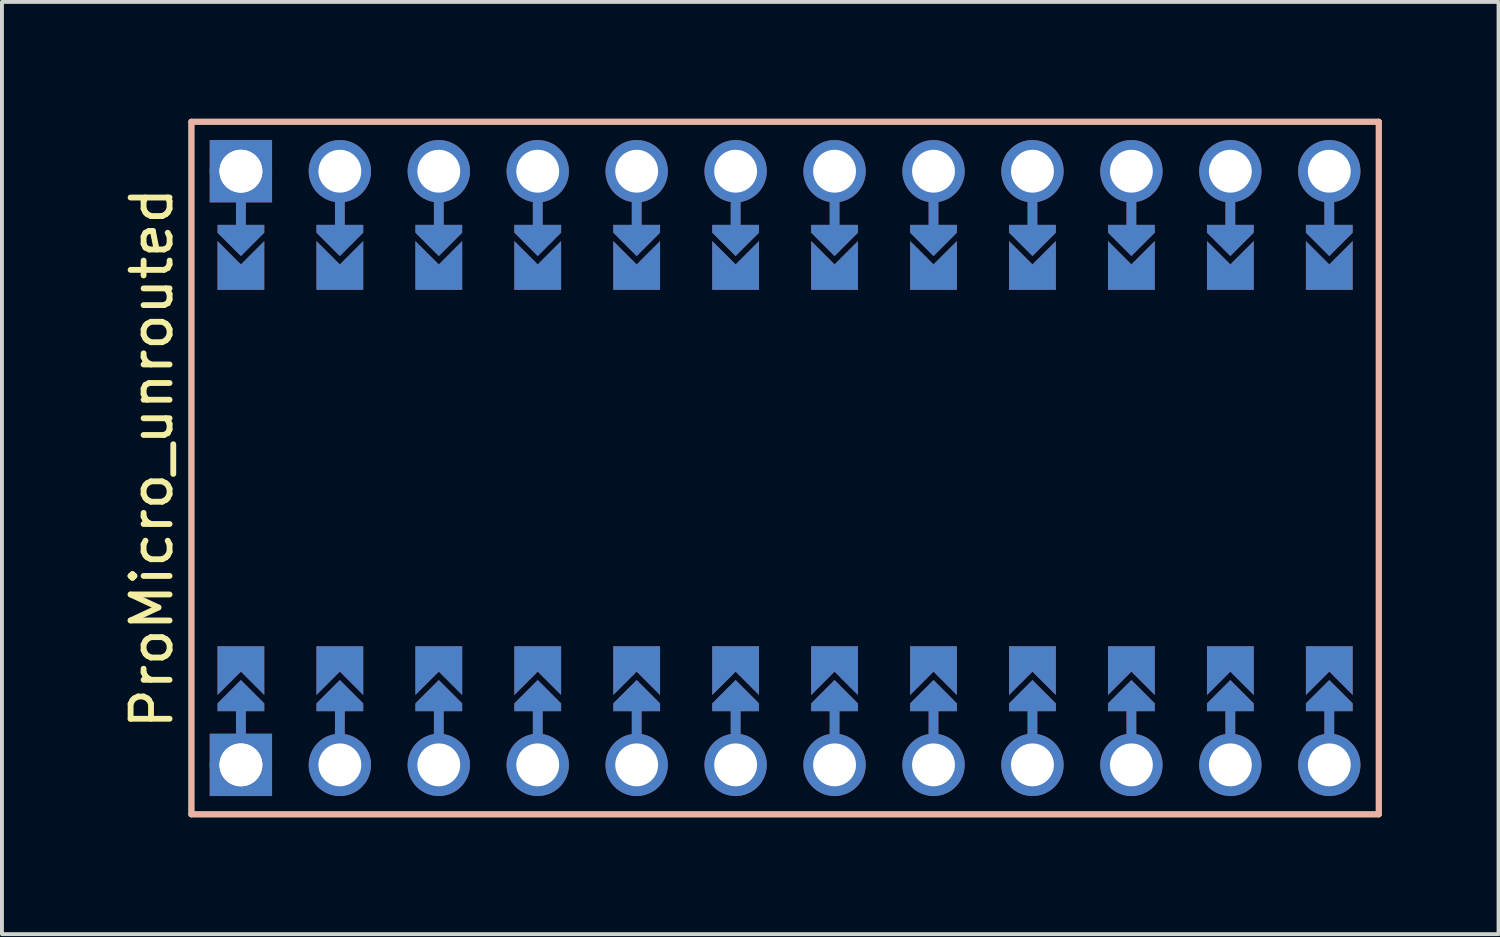
<source format=kicad_pcb>
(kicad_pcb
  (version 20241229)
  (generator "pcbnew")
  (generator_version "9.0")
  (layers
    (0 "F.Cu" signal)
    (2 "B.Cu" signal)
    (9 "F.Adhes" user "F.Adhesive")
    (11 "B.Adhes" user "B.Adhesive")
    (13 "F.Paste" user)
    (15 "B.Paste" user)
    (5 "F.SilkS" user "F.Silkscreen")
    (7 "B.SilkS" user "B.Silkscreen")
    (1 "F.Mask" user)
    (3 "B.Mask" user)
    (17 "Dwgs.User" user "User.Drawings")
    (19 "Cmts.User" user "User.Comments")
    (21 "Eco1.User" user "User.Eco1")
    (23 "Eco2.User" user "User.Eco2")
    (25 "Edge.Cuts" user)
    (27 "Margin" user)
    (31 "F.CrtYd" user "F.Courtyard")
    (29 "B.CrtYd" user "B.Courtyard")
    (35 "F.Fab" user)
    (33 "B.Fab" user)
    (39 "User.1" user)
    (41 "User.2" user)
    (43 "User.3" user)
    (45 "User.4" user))
  (footprint "ProMicro_unrouted"
    (layer "F.Cu")
    (at 17.104 8.965)
    (property "Reference" "ProMicro_unrouted" (at -16.256 -0.254 90) (layer "F.SilkS") (effects (font (size 1 1) (thickness 0.15))))
    (attr through_hole)
    (fp_poly (pts (xy -14.478 5.08) (xy -13.462 5.08) (xy -13.462 6.096) (xy -14.478 6.096)) (stroke (width 0.1) (type solid)) (fill yes) (layer "F.Mask"))
    (fp_poly (pts (xy -13.462 -5.08) (xy -14.478 -5.08) (xy -14.478 -6.096) (xy -13.462 -6.096)) (stroke (width 0.1) (type solid)) (fill yes) (layer "F.Mask"))
    (fp_poly (pts (xy -11.938 5.08) (xy -10.922 5.08) (xy -10.922 6.096) (xy -11.938 6.096)) (stroke (width 0.1) (type solid)) (fill yes) (layer "F.Mask"))
    (fp_poly (pts (xy -10.922 -5.08) (xy -11.938 -5.08) (xy -11.938 -6.096) (xy -10.922 -6.096)) (stroke (width 0.1) (type solid)) (fill yes) (layer "F.Mask"))
    (fp_poly (pts (xy -9.398 5.08) (xy -8.382 5.08) (xy -8.382 6.096) (xy -9.398 6.096)) (stroke (width 0.1) (type solid)) (fill yes) (layer "F.Mask"))
    (fp_poly (pts (xy -8.382 -5.08) (xy -9.398 -5.08) (xy -9.398 -6.096) (xy -8.382 -6.096)) (stroke (width 0.1) (type solid)) (fill yes) (layer "F.Mask"))
    (fp_poly (pts (xy -6.858 5.08) (xy -5.842 5.08) (xy -5.842 6.096) (xy -6.858 6.096)) (stroke (width 0.1) (type solid)) (fill yes) (layer "F.Mask"))
    (fp_poly (pts (xy -5.842 -5.08) (xy -6.858 -5.08) (xy -6.858 -6.096) (xy -5.842 -6.096)) (stroke (width 0.1) (type solid)) (fill yes) (layer "F.Mask"))
    (fp_poly (pts (xy -4.318 5.08) (xy -3.302 5.08) (xy -3.302 6.096) (xy -4.318 6.096)) (stroke (width 0.1) (type solid)) (fill yes) (layer "F.Mask"))
    (fp_poly (pts (xy -3.302 -5.08) (xy -4.318 -5.08) (xy -4.318 -6.096) (xy -3.302 -6.096)) (stroke (width 0.1) (type solid)) (fill yes) (layer "F.Mask"))
    (fp_poly (pts (xy -1.778 5.08) (xy -0.762 5.08) (xy -0.762 6.096) (xy -1.778 6.096)) (stroke (width 0.1) (type solid)) (fill yes) (layer "F.Mask"))
    (fp_poly (pts (xy -0.762 -5.08) (xy -1.778 -5.08) (xy -1.778 -6.096) (xy -0.762 -6.096)) (stroke (width 0.1) (type solid)) (fill yes) (layer "F.Mask"))
    (fp_poly (pts (xy 0.762 5.08) (xy 1.778 5.08) (xy 1.778 6.096) (xy 0.762 6.096)) (stroke (width 0.1) (type solid)) (fill yes) (layer "F.Mask"))
    (fp_poly (pts (xy 1.778 -5.08) (xy 0.762 -5.08) (xy 0.762 -6.096) (xy 1.778 -6.096)) (stroke (width 0.1) (type solid)) (fill yes) (layer "F.Mask"))
    (fp_poly (pts (xy 3.302 5.08) (xy 4.318 5.08) (xy 4.318 6.096) (xy 3.302 6.096)) (stroke (width 0.1) (type solid)) (fill yes) (layer "F.Mask"))
    (fp_poly (pts (xy 4.318 -5.08) (xy 3.302 -5.08) (xy 3.302 -6.096) (xy 4.318 -6.096)) (stroke (width 0.1) (type solid)) (fill yes) (layer "F.Mask"))
    (fp_poly (pts (xy 5.842 5.08) (xy 6.858 5.08) (xy 6.858 6.096) (xy 5.842 6.096)) (stroke (width 0.1) (type solid)) (fill yes) (layer "F.Mask"))
    (fp_poly (pts (xy 6.858 -5.08) (xy 5.842 -5.08) (xy 5.842 -6.096) (xy 6.858 -6.096)) (stroke (width 0.1) (type solid)) (fill yes) (layer "F.Mask"))
    (fp_poly (pts (xy 8.382 5.08) (xy 9.398 5.08) (xy 9.398 6.096) (xy 8.382 6.096)) (stroke (width 0.1) (type solid)) (fill yes) (layer "F.Mask"))
    (fp_poly (pts (xy 9.398 -5.08) (xy 8.382 -5.08) (xy 8.382 -6.096) (xy 9.398 -6.096)) (stroke (width 0.1) (type solid)) (fill yes) (layer "F.Mask"))
    (fp_poly (pts (xy 10.922 5.08) (xy 11.938 5.08) (xy 11.938 6.096) (xy 10.922 6.096)) (stroke (width 0.1) (type solid)) (fill yes) (layer "F.Mask"))
    (fp_poly (pts (xy 11.938 -5.08) (xy 10.922 -5.08) (xy 10.922 -6.096) (xy 11.938 -6.096)) (stroke (width 0.1) (type solid)) (fill yes) (layer "F.Mask"))
    (fp_poly (pts (xy 13.462 5.08) (xy 14.478 5.08) (xy 14.478 6.096) (xy 13.462 6.096)) (stroke (width 0.1) (type solid)) (fill yes) (layer "F.Mask"))
    (fp_poly (pts (xy 14.478 -5.08) (xy 13.462 -5.08) (xy 13.462 -6.096) (xy 14.478 -6.096)) (stroke (width 0.1) (type solid)) (fill yes) (layer "F.Mask"))
    (fp_poly (pts (xy -14.478 5.08) (xy -13.462 5.08) (xy -13.462 6.096) (xy -14.478 6.096)) (stroke (width 0.1) (type solid)) (fill yes) (layer "B.Mask"))
    (fp_poly (pts (xy -13.462 -5.08) (xy -14.478 -5.08) (xy -14.478 -6.096) (xy -13.462 -6.096)) (stroke (width 0.1) (type solid)) (fill yes) (layer "B.Mask"))
    (fp_poly (pts (xy -11.938 5.08) (xy -10.922 5.08) (xy -10.922 6.096) (xy -11.938 6.096)) (stroke (width 0.1) (type solid)) (fill yes) (layer "B.Mask"))
    (fp_poly (pts (xy -10.922 -5.08) (xy -11.938 -5.08) (xy -11.938 -6.096) (xy -10.922 -6.096)) (stroke (width 0.1) (type solid)) (fill yes) (layer "B.Mask"))
    (fp_poly (pts (xy -9.398 5.08) (xy -8.382 5.08) (xy -8.382 6.096) (xy -9.398 6.096)) (stroke (width 0.1) (type solid)) (fill yes) (layer "B.Mask"))
    (fp_poly (pts (xy -8.382 -5.08) (xy -9.398 -5.08) (xy -9.398 -6.096) (xy -8.382 -6.096)) (stroke (width 0.1) (type solid)) (fill yes) (layer "B.Mask"))
    (fp_poly (pts (xy -6.858 5.08) (xy -5.842 5.08) (xy -5.842 6.096) (xy -6.858 6.096)) (stroke (width 0.1) (type solid)) (fill yes) (layer "B.Mask"))
    (fp_poly (pts (xy -5.842 -5.08) (xy -6.858 -5.08) (xy -6.858 -6.096) (xy -5.842 -6.096)) (stroke (width 0.1) (type solid)) (fill yes) (layer "B.Mask"))
    (fp_poly (pts (xy -4.318 5.08) (xy -3.302 5.08) (xy -3.302 6.096) (xy -4.318 6.096)) (stroke (width 0.1) (type solid)) (fill yes) (layer "B.Mask"))
    (fp_poly (pts (xy -3.302 -5.08) (xy -4.318 -5.08) (xy -4.318 -6.096) (xy -3.302 -6.096)) (stroke (width 0.1) (type solid)) (fill yes) (layer "B.Mask"))
    (fp_poly (pts (xy -1.778 5.08) (xy -0.762 5.08) (xy -0.762 6.096) (xy -1.778 6.096)) (stroke (width 0.1) (type solid)) (fill yes) (layer "B.Mask"))
    (fp_poly (pts (xy -0.762 -5.08) (xy -1.778 -5.08) (xy -1.778 -6.096) (xy -0.762 -6.096)) (stroke (width 0.1) (type solid)) (fill yes) (layer "B.Mask"))
    (fp_poly (pts (xy 0.762 5.08) (xy 1.778 5.08) (xy 1.778 6.096) (xy 0.762 6.096)) (stroke (width 0.1) (type solid)) (fill yes) (layer "B.Mask"))
    (fp_poly (pts (xy 1.778 -5.08) (xy 0.762 -5.08) (xy 0.762 -6.096) (xy 1.778 -6.096)) (stroke (width 0.1) (type solid)) (fill yes) (layer "B.Mask"))
    (fp_poly (pts (xy 3.302 5.08) (xy 4.318 5.08) (xy 4.318 6.096) (xy 3.302 6.096)) (stroke (width 0.1) (type solid)) (fill yes) (layer "B.Mask"))
    (fp_poly (pts (xy 4.318 -5.08) (xy 3.302 -5.08) (xy 3.302 -6.096) (xy 4.318 -6.096)) (stroke (width 0.1) (type solid)) (fill yes) (layer "B.Mask"))
    (fp_poly (pts (xy 5.842 5.08) (xy 6.858 5.08) (xy 6.858 6.096) (xy 5.842 6.096)) (stroke (width 0.1) (type solid)) (fill yes) (layer "B.Mask"))
    (fp_poly (pts (xy 6.858 -5.08) (xy 5.842 -5.08) (xy 5.842 -6.096) (xy 6.858 -6.096)) (stroke (width 0.1) (type solid)) (fill yes) (layer "B.Mask"))
    (fp_poly (pts (xy 8.382 5.08) (xy 9.398 5.08) (xy 9.398 6.096) (xy 8.382 6.096)) (stroke (width 0.1) (type solid)) (fill yes) (layer "B.Mask"))
    (fp_poly (pts (xy 9.398 -5.08) (xy 8.382 -5.08) (xy 8.382 -6.096) (xy 9.398 -6.096)) (stroke (width 0.1) (type solid)) (fill yes) (layer "B.Mask"))
    (fp_poly (pts (xy 10.922 5.08) (xy 11.938 5.08) (xy 11.938 6.096) (xy 10.922 6.096)) (stroke (width 0.1) (type solid)) (fill yes) (layer "B.Mask"))
    (fp_poly (pts (xy 11.938 -5.08) (xy 10.922 -5.08) (xy 10.922 -6.096) (xy 11.938 -6.096)) (stroke (width 0.1) (type solid)) (fill yes) (layer "B.Mask"))
    (fp_poly (pts (xy 13.462 5.08) (xy 14.478 5.08) (xy 14.478 6.096) (xy 13.462 6.096)) (stroke (width 0.1) (type solid)) (fill yes) (layer "B.Mask"))
    (fp_poly (pts (xy 14.478 -5.08) (xy 13.462 -5.08) (xy 13.462 -6.096) (xy 14.478 -6.096)) (stroke (width 0.1) (type solid)) (fill yes) (layer "B.Mask"))
    (fp_line (start -15.24 -8.89) (end 15.24 -8.89) (stroke (width 0.15) (type solid)) (layer "F.SilkS"))
    (fp_line (start -15.24 8.89) (end -15.24 -8.89) (stroke (width 0.15) (type solid)) (layer "F.SilkS"))
    (fp_line (start -15.24 8.89) (end 15.24 8.89) (stroke (width 0.15) (type solid)) (layer "F.SilkS"))
    (fp_line (start 15.24 -8.89) (end 15.24 8.89) (stroke (width 0.15) (type solid)) (layer "F.SilkS"))
    (fp_line (start -15.24 -8.89) (end 15.24 -8.89) (stroke (width 0.15) (type solid)) (layer "B.SilkS"))
    (fp_line (start -15.24 8.89) (end -15.24 -8.89) (stroke (width 0.15) (type solid)) (layer "B.SilkS"))
    (fp_line (start -15.24 8.89) (end 15.24 8.89) (stroke (width 0.15) (type solid)) (layer "B.SilkS"))
    (fp_line (start 15.24 -8.89) (end 15.24 8.89) (stroke (width 0.15) (type solid)) (layer "B.SilkS"))
    (pad "" thru_hole circle (at -13.97 -7.62) (size 1.6 1.6) (drill 1.1) (layers "*.Cu" "*.Mask"))
    (pad "" thru_hole rect (at -13.97 -7.62) (size 1.6 1.6) (drill 1.1) (layers "B.Cu" "B.Mask"))
    (pad "" smd custom (at -13.97 -6.35) (size 0.25 1) (layers "F.Cu") (options (anchor rect)) (primitives))
    (pad "" smd custom (at -13.97 -6.35) (size 0.25 1) (layers "B.Cu") (options (anchor rect)) (primitives))
    (pad "" smd custom (at -13.97 -5.842) (size 0.1 0.1) (layers "F.Cu" "F.Mask") (options (anchor rect)) (primitives (gr_poly (pts (xy 0.6 -0.4) (xy -0.6 -0.4) (xy -0.6 -0.2) (xy 0 0.4) (xy 0.6 -0.2)) (width 0) (fill yes))))
    (pad "" smd custom (at -13.97 -5.842) (size 0.1 0.1) (layers "B.Cu" "B.Mask") (options (anchor rect)) (primitives (gr_poly (pts (xy 0.6 -0.4) (xy -0.6 -0.4) (xy -0.6 -0.2) (xy 0 0.4) (xy 0.6 -0.2)) (width 0) (fill yes))))
    (pad "" smd custom (at -13.97 5.842 180) (size 0.1 0.1) (layers "F.Cu" "F.Mask") (options (anchor rect)) (primitives (gr_poly (pts (xy 0.6 -0.4) (xy -0.6 -0.4) (xy -0.6 -0.2) (xy 0 0.4) (xy 0.6 -0.2)) (width 0) (fill yes))))
    (pad "" smd custom (at -13.97 5.842 180) (size 0.1 0.1) (layers "B.Cu" "B.Mask") (options (anchor rect)) (primitives (gr_poly (pts (xy 0.6 -0.4) (xy -0.6 -0.4) (xy -0.6 -0.2) (xy 0 0.4) (xy 0.6 -0.2)) (width 0) (fill yes))))
    (pad "" smd custom (at -13.97 6.35 180) (size 0.25 1) (layers "F.Cu") (options (anchor rect)) (primitives))
    (pad "" smd custom (at -13.97 6.35 180) (size 0.25 1) (layers "B.Cu") (options (anchor rect)) (primitives))
    (pad "" thru_hole circle (at -13.97 7.62) (size 1.6 1.6) (drill 1.1) (layers "*.Cu" "*.Mask"))
    (pad "" thru_hole rect (at -13.97 7.62) (size 1.6 1.6) (drill 1.1) (layers "F.Cu" "F.Mask"))
    (pad "" thru_hole circle (at -11.43 -7.62) (size 1.6 1.6) (drill 1.1) (layers "*.Cu" "*.Mask"))
    (pad "" smd custom (at -11.43 -6.35) (size 0.25 1) (layers "F.Cu") (options (anchor rect)) (primitives))
    (pad "" smd custom (at -11.43 -6.35) (size 0.25 1) (layers "B.Cu") (options (anchor rect)) (primitives))
    (pad "" smd custom (at -11.43 -5.842) (size 0.1 0.1) (layers "F.Cu" "F.Mask") (options (anchor rect)) (primitives (gr_poly (pts (xy 0.6 -0.4) (xy -0.6 -0.4) (xy -0.6 -0.2) (xy 0 0.4) (xy 0.6 -0.2)) (width 0) (fill yes))))
    (pad "" smd custom (at -11.43 -5.842) (size 0.1 0.1) (layers "B.Cu" "B.Mask") (options (anchor rect)) (primitives (gr_poly (pts (xy 0.6 -0.4) (xy -0.6 -0.4) (xy -0.6 -0.2) (xy 0 0.4) (xy 0.6 -0.2)) (width 0) (fill yes))))
    (pad "" smd custom (at -11.43 5.842 180) (size 0.1 0.1) (layers "F.Cu" "F.Mask") (options (anchor rect)) (primitives (gr_poly (pts (xy 0.6 -0.4) (xy -0.6 -0.4) (xy -0.6 -0.2) (xy 0 0.4) (xy 0.6 -0.2)) (width 0) (fill yes))))
    (pad "" smd custom (at -11.43 5.842 180) (size 0.1 0.1) (layers "B.Cu" "B.Mask") (options (anchor rect)) (primitives (gr_poly (pts (xy 0.6 -0.4) (xy -0.6 -0.4) (xy -0.6 -0.2) (xy 0 0.4) (xy 0.6 -0.2)) (width 0) (fill yes))))
    (pad "" smd custom (at -11.43 6.35 180) (size 0.25 1) (layers "F.Cu") (options (anchor rect)) (primitives))
    (pad "" smd custom (at -11.43 6.35 180) (size 0.25 1) (layers "B.Cu") (options (anchor rect)) (primitives))
    (pad "" thru_hole circle (at -11.43 7.62) (size 1.6 1.6) (drill 1.1) (layers "*.Cu" "*.Mask"))
    (pad "" thru_hole circle (at -8.89 -7.62) (size 1.6 1.6) (drill 1.1) (layers "*.Cu" "*.Mask"))
    (pad "" smd custom (at -8.89 -6.35) (size 0.25 1) (layers "F.Cu") (options (anchor rect)) (primitives))
    (pad "" smd custom (at -8.89 -6.35) (size 0.25 1) (layers "B.Cu") (options (anchor rect)) (primitives))
    (pad "" smd custom (at -8.89 -5.842) (size 0.1 0.1) (layers "F.Cu" "F.Mask") (options (anchor rect)) (primitives (gr_poly (pts (xy 0.6 -0.4) (xy -0.6 -0.4) (xy -0.6 -0.2) (xy 0 0.4) (xy 0.6 -0.2)) (width 0) (fill yes))))
    (pad "" smd custom (at -8.89 -5.842) (size 0.1 0.1) (layers "B.Cu" "B.Mask") (options (anchor rect)) (primitives (gr_poly (pts (xy 0.6 -0.4) (xy -0.6 -0.4) (xy -0.6 -0.2) (xy 0 0.4) (xy 0.6 -0.2)) (width 0) (fill yes))))
    (pad "" smd custom (at -8.89 5.842 180) (size 0.1 0.1) (layers "F.Cu" "F.Mask") (options (anchor rect)) (primitives (gr_poly (pts (xy 0.6 -0.4) (xy -0.6 -0.4) (xy -0.6 -0.2) (xy 0 0.4) (xy 0.6 -0.2)) (width 0) (fill yes))))
    (pad "" smd custom (at -8.89 5.842 180) (size 0.1 0.1) (layers "B.Cu" "B.Mask") (options (anchor rect)) (primitives (gr_poly (pts (xy 0.6 -0.4) (xy -0.6 -0.4) (xy -0.6 -0.2) (xy 0 0.4) (xy 0.6 -0.2)) (width 0) (fill yes))))
    (pad "" smd custom (at -8.89 6.35 180) (size 0.25 1) (layers "F.Cu") (options (anchor rect)) (primitives))
    (pad "" smd custom (at -8.89 6.35 180) (size 0.25 1) (layers "B.Cu") (options (anchor rect)) (primitives))
    (pad "" thru_hole circle (at -8.89 7.62) (size 1.6 1.6) (drill 1.1) (layers "*.Cu" "*.Mask"))
    (pad "" thru_hole circle (at -6.35 -7.62) (size 1.6 1.6) (drill 1.1) (layers "*.Cu" "*.Mask"))
    (pad "" smd custom (at -6.35 -6.35) (size 0.25 1) (layers "F.Cu") (options (anchor rect)) (primitives))
    (pad "" smd custom (at -6.35 -6.35) (size 0.25 1) (layers "B.Cu") (options (anchor rect)) (primitives))
    (pad "" smd custom (at -6.35 -5.842) (size 0.1 0.1) (layers "F.Cu" "F.Mask") (options (anchor rect)) (primitives (gr_poly (pts (xy 0.6 -0.4) (xy -0.6 -0.4) (xy -0.6 -0.2) (xy 0 0.4) (xy 0.6 -0.2)) (width 0) (fill yes))))
    (pad "" smd custom (at -6.35 -5.842) (size 0.1 0.1) (layers "B.Cu" "B.Mask") (options (anchor rect)) (primitives (gr_poly (pts (xy 0.6 -0.4) (xy -0.6 -0.4) (xy -0.6 -0.2) (xy 0 0.4) (xy 0.6 -0.2)) (width 0) (fill yes))))
    (pad "" smd custom (at -6.35 5.842 180) (size 0.1 0.1) (layers "F.Cu" "F.Mask") (options (anchor rect)) (primitives (gr_poly (pts (xy 0.6 -0.4) (xy -0.6 -0.4) (xy -0.6 -0.2) (xy 0 0.4) (xy 0.6 -0.2)) (width 0) (fill yes))))
    (pad "" smd custom (at -6.35 5.842 180) (size 0.1 0.1) (layers "B.Cu" "B.Mask") (options (anchor rect)) (primitives (gr_poly (pts (xy 0.6 -0.4) (xy -0.6 -0.4) (xy -0.6 -0.2) (xy 0 0.4) (xy 0.6 -0.2)) (width 0) (fill yes))))
    (pad "" smd custom (at -6.35 6.35 180) (size 0.25 1) (layers "F.Cu") (options (anchor rect)) (primitives))
    (pad "" smd custom (at -6.35 6.35 180) (size 0.25 1) (layers "B.Cu") (options (anchor rect)) (primitives))
    (pad "" thru_hole circle (at -6.35 7.62) (size 1.6 1.6) (drill 1.1) (layers "*.Cu" "*.Mask"))
    (pad "" thru_hole circle (at -3.81 -7.62) (size 1.6 1.6) (drill 1.1) (layers "*.Cu" "*.Mask"))
    (pad "" smd custom (at -3.81 -6.35) (size 0.25 1) (layers "F.Cu") (options (anchor rect)) (primitives))
    (pad "" smd custom (at -3.81 -6.35) (size 0.25 1) (layers "B.Cu") (options (anchor rect)) (primitives))
    (pad "" smd custom (at -3.81 -5.842) (size 0.1 0.1) (layers "F.Cu" "F.Mask") (options (anchor rect)) (primitives (gr_poly (pts (xy 0.6 -0.4) (xy -0.6 -0.4) (xy -0.6 -0.2) (xy 0 0.4) (xy 0.6 -0.2)) (width 0) (fill yes))))
    (pad "" smd custom (at -3.81 -5.842) (size 0.1 0.1) (layers "B.Cu" "B.Mask") (options (anchor rect)) (primitives (gr_poly (pts (xy 0.6 -0.4) (xy -0.6 -0.4) (xy -0.6 -0.2) (xy 0 0.4) (xy 0.6 -0.2)) (width 0) (fill yes))))
    (pad "" smd custom (at -3.81 5.842 180) (size 0.1 0.1) (layers "F.Cu" "F.Mask") (options (anchor rect)) (primitives (gr_poly (pts (xy 0.6 -0.4) (xy -0.6 -0.4) (xy -0.6 -0.2) (xy 0 0.4) (xy 0.6 -0.2)) (width 0) (fill yes))))
    (pad "" smd custom (at -3.81 5.842 180) (size 0.1 0.1) (layers "B.Cu" "B.Mask") (options (anchor rect)) (primitives (gr_poly (pts (xy 0.6 -0.4) (xy -0.6 -0.4) (xy -0.6 -0.2) (xy 0 0.4) (xy 0.6 -0.2)) (width 0) (fill yes))))
    (pad "" smd custom (at -3.81 6.35 180) (size 0.25 1) (layers "F.Cu") (options (anchor rect)) (primitives))
    (pad "" smd custom (at -3.81 6.35 180) (size 0.25 1) (layers "B.Cu") (options (anchor rect)) (primitives))
    (pad "" thru_hole circle (at -3.81 7.62) (size 1.6 1.6) (drill 1.1) (layers "*.Cu" "*.Mask"))
    (pad "" thru_hole circle (at -1.27 -7.62) (size 1.6 1.6) (drill 1.1) (layers "*.Cu" "*.Mask"))
    (pad "" smd custom (at -1.27 -6.35) (size 0.25 1) (layers "F.Cu") (options (anchor rect)) (primitives))
    (pad "" smd custom (at -1.27 -6.35) (size 0.25 1) (layers "B.Cu") (options (anchor rect)) (primitives))
    (pad "" smd custom (at -1.27 -5.842) (size 0.1 0.1) (layers "F.Cu" "F.Mask") (options (anchor rect)) (primitives (gr_poly (pts (xy 0.6 -0.4) (xy -0.6 -0.4) (xy -0.6 -0.2) (xy 0 0.4) (xy 0.6 -0.2)) (width 0) (fill yes))))
    (pad "" smd custom (at -1.27 -5.842) (size 0.1 0.1) (layers "B.Cu" "B.Mask") (options (anchor rect)) (primitives (gr_poly (pts (xy 0.6 -0.4) (xy -0.6 -0.4) (xy -0.6 -0.2) (xy 0 0.4) (xy 0.6 -0.2)) (width 0) (fill yes))))
    (pad "" smd custom (at -1.27 5.842 180) (size 0.1 0.1) (layers "F.Cu" "F.Mask") (options (anchor rect)) (primitives (gr_poly (pts (xy 0.6 -0.4) (xy -0.6 -0.4) (xy -0.6 -0.2) (xy 0 0.4) (xy 0.6 -0.2)) (width 0) (fill yes))))
    (pad "" smd custom (at -1.27 5.842 180) (size 0.1 0.1) (layers "B.Cu" "B.Mask") (options (anchor rect)) (primitives (gr_poly (pts (xy 0.6 -0.4) (xy -0.6 -0.4) (xy -0.6 -0.2) (xy 0 0.4) (xy 0.6 -0.2)) (width 0) (fill yes))))
    (pad "" smd custom (at -1.27 6.35 180) (size 0.25 1) (layers "F.Cu") (options (anchor rect)) (primitives))
    (pad "" smd custom (at -1.27 6.35 180) (size 0.25 1) (layers "B.Cu") (options (anchor rect)) (primitives))
    (pad "" thru_hole circle (at -1.27 7.62) (size 1.6 1.6) (drill 1.1) (layers "*.Cu" "*.Mask"))
    (pad "" thru_hole circle (at 1.27 -7.62) (size 1.6 1.6) (drill 1.1) (layers "*.Cu" "*.Mask"))
    (pad "" smd custom (at 1.27 -6.35) (size 0.25 1) (layers "F.Cu") (options (anchor rect)) (primitives))
    (pad "" smd custom (at 1.27 -6.35) (size 0.25 1) (layers "B.Cu") (options (anchor rect)) (primitives))
    (pad "" smd custom (at 1.27 -5.842) (size 0.1 0.1) (layers "F.Cu" "F.Mask") (options (anchor rect)) (primitives (gr_poly (pts (xy 0.6 -0.4) (xy -0.6 -0.4) (xy -0.6 -0.2) (xy 0 0.4) (xy 0.6 -0.2)) (width 0) (fill yes))))
    (pad "" smd custom (at 1.27 -5.842) (size 0.1 0.1) (layers "B.Cu" "B.Mask") (options (anchor rect)) (primitives (gr_poly (pts (xy 0.6 -0.4) (xy -0.6 -0.4) (xy -0.6 -0.2) (xy 0 0.4) (xy 0.6 -0.2)) (width 0) (fill yes))))
    (pad "" smd custom (at 1.27 5.842 180) (size 0.1 0.1) (layers "F.Cu" "F.Mask") (options (anchor rect)) (primitives (gr_poly (pts (xy 0.6 -0.4) (xy -0.6 -0.4) (xy -0.6 -0.2) (xy 0 0.4) (xy 0.6 -0.2)) (width 0) (fill yes))))
    (pad "" smd custom (at 1.27 5.842 180) (size 0.1 0.1) (layers "B.Cu" "B.Mask") (options (anchor rect)) (primitives (gr_poly (pts (xy 0.6 -0.4) (xy -0.6 -0.4) (xy -0.6 -0.2) (xy 0 0.4) (xy 0.6 -0.2)) (width 0) (fill yes))))
    (pad "" smd custom (at 1.27 6.35 180) (size 0.25 1) (layers "F.Cu") (options (anchor rect)) (primitives))
    (pad "" smd custom (at 1.27 6.35 180) (size 0.25 1) (layers "B.Cu") (options (anchor rect)) (primitives))
    (pad "" thru_hole circle (at 1.27 7.62) (size 1.6 1.6) (drill 1.1) (layers "*.Cu" "*.Mask"))
    (pad "" thru_hole circle (at 3.81 -7.62) (size 1.6 1.6) (drill 1.1) (layers "*.Cu" "*.Mask"))
    (pad "" smd custom (at 3.81 -6.35) (size 0.25 1) (layers "F.Cu") (options (anchor rect)) (primitives))
    (pad "" smd custom (at 3.81 -6.35) (size 0.25 1) (layers "B.Cu") (options (anchor rect)) (primitives))
    (pad "" smd custom (at 3.81 -5.842) (size 0.1 0.1) (layers "F.Cu" "F.Mask") (options (anchor rect)) (primitives (gr_poly (pts (xy 0.6 -0.4) (xy -0.6 -0.4) (xy -0.6 -0.2) (xy 0 0.4) (xy 0.6 -0.2)) (width 0) (fill yes))))
    (pad "" smd custom (at 3.81 -5.842) (size 0.1 0.1) (layers "B.Cu" "B.Mask") (options (anchor rect)) (primitives (gr_poly (pts (xy 0.6 -0.4) (xy -0.6 -0.4) (xy -0.6 -0.2) (xy 0 0.4) (xy 0.6 -0.2)) (width 0) (fill yes))))
    (pad "" smd custom (at 3.81 5.842 180) (size 0.1 0.1) (layers "F.Cu" "F.Mask") (options (anchor rect)) (primitives (gr_poly (pts (xy 0.6 -0.4) (xy -0.6 -0.4) (xy -0.6 -0.2) (xy 0 0.4) (xy 0.6 -0.2)) (width 0) (fill yes))))
    (pad "" smd custom (at 3.81 5.842 180) (size 0.1 0.1) (layers "B.Cu" "B.Mask") (options (anchor rect)) (primitives (gr_poly (pts (xy 0.6 -0.4) (xy -0.6 -0.4) (xy -0.6 -0.2) (xy 0 0.4) (xy 0.6 -0.2)) (width 0) (fill yes))))
    (pad "" smd custom (at 3.81 6.35 180) (size 0.25 1) (layers "F.Cu") (options (anchor rect)) (primitives))
    (pad "" smd custom (at 3.81 6.35 180) (size 0.25 1) (layers "B.Cu") (options (anchor rect)) (primitives))
    (pad "" thru_hole circle (at 3.81 7.62) (size 1.6 1.6) (drill 1.1) (layers "*.Cu" "*.Mask"))
    (pad "" thru_hole circle (at 6.35 -7.62) (size 1.6 1.6) (drill 1.1) (layers "*.Cu" "*.Mask"))
    (pad "" smd custom (at 6.35 -6.35) (size 0.25 1) (layers "F.Cu") (options (anchor rect)) (primitives))
    (pad "" smd custom (at 6.35 -6.35) (size 0.25 1) (layers "B.Cu") (options (anchor rect)) (primitives))
    (pad "" smd custom (at 6.35 -5.842) (size 0.1 0.1) (layers "F.Cu" "F.Mask") (options (anchor rect)) (primitives (gr_poly (pts (xy 0.6 -0.4) (xy -0.6 -0.4) (xy -0.6 -0.2) (xy 0 0.4) (xy 0.6 -0.2)) (width 0) (fill yes))))
    (pad "" smd custom (at 6.35 -5.842) (size 0.1 0.1) (layers "B.Cu" "B.Mask") (options (anchor rect)) (primitives (gr_poly (pts (xy 0.6 -0.4) (xy -0.6 -0.4) (xy -0.6 -0.2) (xy 0 0.4) (xy 0.6 -0.2)) (width 0) (fill yes))))
    (pad "" smd custom (at 6.35 5.842 180) (size 0.1 0.1) (layers "F.Cu" "F.Mask") (options (anchor rect)) (primitives (gr_poly (pts (xy 0.6 -0.4) (xy -0.6 -0.4) (xy -0.6 -0.2) (xy 0 0.4) (xy 0.6 -0.2)) (width 0) (fill yes))))
    (pad "" smd custom (at 6.35 5.842 180) (size 0.1 0.1) (layers "B.Cu" "B.Mask") (options (anchor rect)) (primitives (gr_poly (pts (xy 0.6 -0.4) (xy -0.6 -0.4) (xy -0.6 -0.2) (xy 0 0.4) (xy 0.6 -0.2)) (width 0) (fill yes))))
    (pad "" smd custom (at 6.35 6.35 180) (size 0.25 1) (layers "F.Cu") (options (anchor rect)) (primitives))
    (pad "" smd custom (at 6.35 6.35 180) (size 0.25 1) (layers "B.Cu") (options (anchor rect)) (primitives))
    (pad "" thru_hole circle (at 6.35 7.62) (size 1.6 1.6) (drill 1.1) (layers "*.Cu" "*.Mask"))
    (pad "" thru_hole circle (at 8.89 -7.62) (size 1.6 1.6) (drill 1.1) (layers "*.Cu" "*.Mask"))
    (pad "" smd custom (at 8.89 -6.35) (size 0.25 1) (layers "F.Cu") (options (anchor rect)) (primitives))
    (pad "" smd custom (at 8.89 -6.35) (size 0.25 1) (layers "B.Cu") (options (anchor rect)) (primitives))
    (pad "" smd custom (at 8.89 -5.842) (size 0.1 0.1) (layers "F.Cu" "F.Mask") (options (anchor rect)) (primitives (gr_poly (pts (xy 0.6 -0.4) (xy -0.6 -0.4) (xy -0.6 -0.2) (xy 0 0.4) (xy 0.6 -0.2)) (width 0) (fill yes))))
    (pad "" smd custom (at 8.89 -5.842) (size 0.1 0.1) (layers "B.Cu" "B.Mask") (options (anchor rect)) (primitives (gr_poly (pts (xy 0.6 -0.4) (xy -0.6 -0.4) (xy -0.6 -0.2) (xy 0 0.4) (xy 0.6 -0.2)) (width 0) (fill yes))))
    (pad "" smd custom (at 8.89 5.842 180) (size 0.1 0.1) (layers "F.Cu" "F.Mask") (options (anchor rect)) (primitives (gr_poly (pts (xy 0.6 -0.4) (xy -0.6 -0.4) (xy -0.6 -0.2) (xy 0 0.4) (xy 0.6 -0.2)) (width 0) (fill yes))))
    (pad "" smd custom (at 8.89 5.842 180) (size 0.1 0.1) (layers "B.Cu" "B.Mask") (options (anchor rect)) (primitives (gr_poly (pts (xy 0.6 -0.4) (xy -0.6 -0.4) (xy -0.6 -0.2) (xy 0 0.4) (xy 0.6 -0.2)) (width 0) (fill yes))))
    (pad "" smd custom (at 8.89 6.35 180) (size 0.25 1) (layers "F.Cu") (options (anchor rect)) (primitives))
    (pad "" smd custom (at 8.89 6.35 180) (size 0.25 1) (layers "B.Cu") (options (anchor rect)) (primitives))
    (pad "" thru_hole circle (at 8.89 7.62) (size 1.6 1.6) (drill 1.1) (layers "*.Cu" "*.Mask"))
    (pad "" thru_hole circle (at 11.43 -7.62) (size 1.6 1.6) (drill 1.1) (layers "*.Cu" "*.Mask"))
    (pad "" smd custom (at 11.43 -6.35) (size 0.25 1) (layers "F.Cu") (options (anchor rect)) (primitives))
    (pad "" smd custom (at 11.43 -6.35) (size 0.25 1) (layers "B.Cu") (options (anchor rect)) (primitives))
    (pad "" smd custom (at 11.43 -5.842) (size 0.1 0.1) (layers "F.Cu" "F.Mask") (options (anchor rect)) (primitives (gr_poly (pts (xy 0.6 -0.4) (xy -0.6 -0.4) (xy -0.6 -0.2) (xy 0 0.4) (xy 0.6 -0.2)) (width 0) (fill yes))))
    (pad "" smd custom (at 11.43 -5.842) (size 0.1 0.1) (layers "B.Cu" "B.Mask") (options (anchor rect)) (primitives (gr_poly (pts (xy 0.6 -0.4) (xy -0.6 -0.4) (xy -0.6 -0.2) (xy 0 0.4) (xy 0.6 -0.2)) (width 0) (fill yes))))
    (pad "" smd custom (at 11.43 5.842 180) (size 0.1 0.1) (layers "F.Cu" "F.Mask") (options (anchor rect)) (primitives (gr_poly (pts (xy 0.6 -0.4) (xy -0.6 -0.4) (xy -0.6 -0.2) (xy 0 0.4) (xy 0.6 -0.2)) (width 0) (fill yes))))
    (pad "" smd custom (at 11.43 5.842 180) (size 0.1 0.1) (layers "B.Cu" "B.Mask") (options (anchor rect)) (primitives (gr_poly (pts (xy 0.6 -0.4) (xy -0.6 -0.4) (xy -0.6 -0.2) (xy 0 0.4) (xy 0.6 -0.2)) (width 0) (fill yes))))
    (pad "" smd custom (at 11.43 6.35 180) (size 0.25 1) (layers "F.Cu") (options (anchor rect)) (primitives))
    (pad "" smd custom (at 11.43 6.35 180) (size 0.25 1) (layers "B.Cu") (options (anchor rect)) (primitives))
    (pad "" thru_hole circle (at 11.43 7.62) (size 1.6 1.6) (drill 1.1) (layers "*.Cu" "*.Mask"))
    (pad "" thru_hole circle (at 13.97 -7.62) (size 1.6 1.6) (drill 1.1) (layers "*.Cu" "*.Mask"))
    (pad "" smd custom (at 13.97 -6.35) (size 0.25 1) (layers "F.Cu") (options (anchor rect)) (primitives))
    (pad "" smd custom (at 13.97 -6.35) (size 0.25 1) (layers "B.Cu") (options (anchor rect)) (primitives))
    (pad "" smd custom (at 13.97 -5.842) (size 0.1 0.1) (layers "F.Cu" "F.Mask") (options (anchor rect)) (primitives (gr_poly (pts (xy 0.6 -0.4) (xy -0.6 -0.4) (xy -0.6 -0.2) (xy 0 0.4) (xy 0.6 -0.2)) (width 0) (fill yes))))
    (pad "" smd custom (at 13.97 -5.842) (size 0.1 0.1) (layers "B.Cu" "B.Mask") (options (anchor rect)) (primitives (gr_poly (pts (xy 0.6 -0.4) (xy -0.6 -0.4) (xy -0.6 -0.2) (xy 0 0.4) (xy 0.6 -0.2)) (width 0) (fill yes))))
    (pad "" smd custom (at 13.97 5.842 180) (size 0.1 0.1) (layers "F.Cu" "F.Mask") (options (anchor rect)) (primitives (gr_poly (pts (xy 0.6 -0.4) (xy -0.6 -0.4) (xy -0.6 -0.2) (xy 0 0.4) (xy 0.6 -0.2)) (width 0) (fill yes))))
    (pad "" smd custom (at 13.97 5.842 180) (size 0.1 0.1) (layers "B.Cu" "B.Mask") (options (anchor rect)) (primitives (gr_poly (pts (xy 0.6 -0.4) (xy -0.6 -0.4) (xy -0.6 -0.2) (xy 0 0.4) (xy 0.6 -0.2)) (width 0) (fill yes))))
    (pad "" smd custom (at 13.97 6.35 180) (size 0.25 1) (layers "F.Cu") (options (anchor rect)) (primitives))
    (pad "" smd custom (at 13.97 6.35 180) (size 0.25 1) (layers "B.Cu") (options (anchor rect)) (primitives))
    (pad "" thru_hole circle (at 13.97 7.62) (size 1.6 1.6) (drill 1.1) (layers "*.Cu" "*.Mask"))
    (pad "1" smd custom (at -13.97 -4.826) (size 1.2 0.5) (layers "F.Cu" "F.Mask") (options (anchor rect)) (primitives (gr_poly (pts (xy 0.6 0) (xy -0.6 0) (xy -0.6 -1) (xy 0 -0.4) (xy 0.6 -1)) (width 0) (fill yes))))
    (pad "1" smd custom (at -13.97 4.826 180) (size 1.2 0.5) (layers "B.Cu" "B.Mask") (options (anchor rect)) (primitives (gr_poly (pts (xy 0.6 0) (xy -0.6 0) (xy -0.6 -1) (xy 0 -0.4) (xy 0.6 -1)) (width 0) (fill yes))))
    (pad "2" smd custom (at -11.43 -4.826) (size 1.2 0.5) (layers "F.Cu" "F.Mask") (options (anchor rect)) (primitives (gr_poly (pts (xy 0.6 0) (xy -0.6 0) (xy -0.6 -1) (xy 0 -0.4) (xy 0.6 -1)) (width 0) (fill yes))))
    (pad "2" smd custom (at -11.43 4.826 180) (size 1.2 0.5) (layers "B.Cu" "B.Mask") (options (anchor rect)) (primitives (gr_poly (pts (xy 0.6 0) (xy -0.6 0) (xy -0.6 -1) (xy 0 -0.4) (xy 0.6 -1)) (width 0) (fill yes))))
    (pad "3" smd custom (at -8.89 -4.826) (size 1.2 0.5) (layers "F.Cu" "F.Mask") (options (anchor rect)) (primitives (gr_poly (pts (xy 0.6 0) (xy -0.6 0) (xy -0.6 -1) (xy 0 -0.4) (xy 0.6 -1)) (width 0) (fill yes))))
    (pad "3" smd custom (at -8.89 4.826 180) (size 1.2 0.5) (layers "B.Cu" "B.Mask") (options (anchor rect)) (primitives (gr_poly (pts (xy 0.6 0) (xy -0.6 0) (xy -0.6 -1) (xy 0 -0.4) (xy 0.6 -1)) (width 0) (fill yes))))
    (pad "4" smd custom (at -6.35 -4.826) (size 1.2 0.5) (layers "F.Cu" "F.Mask") (options (anchor rect)) (primitives (gr_poly (pts (xy 0.6 0) (xy -0.6 0) (xy -0.6 -1) (xy 0 -0.4) (xy 0.6 -1)) (width 0) (fill yes))))
    (pad "4" smd custom (at -6.35 4.826 180) (size 1.2 0.5) (layers "B.Cu" "B.Mask") (options (anchor rect)) (primitives (gr_poly (pts (xy 0.6 0) (xy -0.6 0) (xy -0.6 -1) (xy 0 -0.4) (xy 0.6 -1)) (width 0) (fill yes))))
    (pad "5" smd custom (at -3.81 -4.826) (size 1.2 0.5) (layers "F.Cu" "F.Mask") (options (anchor rect)) (primitives (gr_poly (pts (xy 0.6 0) (xy -0.6 0) (xy -0.6 -1) (xy 0 -0.4) (xy 0.6 -1)) (width 0) (fill yes))))
    (pad "5" smd custom (at -3.81 4.826 180) (size 1.2 0.5) (layers "B.Cu" "B.Mask") (options (anchor rect)) (primitives (gr_poly (pts (xy 0.6 0) (xy -0.6 0) (xy -0.6 -1) (xy 0 -0.4) (xy 0.6 -1)) (width 0) (fill yes))))
    (pad "6" smd custom (at -1.27 -4.826) (size 1.2 0.5) (layers "F.Cu" "F.Mask") (options (anchor rect)) (primitives (gr_poly (pts (xy 0.6 0) (xy -0.6 0) (xy -0.6 -1) (xy 0 -0.4) (xy 0.6 -1)) (width 0) (fill yes))))
    (pad "6" smd custom (at -1.27 4.826 180) (size 1.2 0.5) (layers "B.Cu" "B.Mask") (options (anchor rect)) (primitives (gr_poly (pts (xy 0.6 0) (xy -0.6 0) (xy -0.6 -1) (xy 0 -0.4) (xy 0.6 -1)) (width 0) (fill yes))))
    (pad "7" smd custom (at 1.27 -4.826) (size 1.2 0.5) (layers "F.Cu" "F.Mask") (options (anchor rect)) (primitives (gr_poly (pts (xy 0.6 0) (xy -0.6 0) (xy -0.6 -1) (xy 0 -0.4) (xy 0.6 -1)) (width 0) (fill yes))))
    (pad "7" smd custom (at 1.27 4.826 180) (size 1.2 0.5) (layers "B.Cu" "B.Mask") (options (anchor rect)) (primitives (gr_poly (pts (xy 0.6 0) (xy -0.6 0) (xy -0.6 -1) (xy 0 -0.4) (xy 0.6 -1)) (width 0) (fill yes))))
    (pad "8" smd custom (at 3.81 -4.826) (size 1.2 0.5) (layers "F.Cu" "F.Mask") (options (anchor rect)) (primitives (gr_poly (pts (xy 0.6 0) (xy -0.6 0) (xy -0.6 -1) (xy 0 -0.4) (xy 0.6 -1)) (width 0) (fill yes))))
    (pad "8" smd custom (at 3.81 4.826 180) (size 1.2 0.5) (layers "B.Cu" "B.Mask") (options (anchor rect)) (primitives (gr_poly (pts (xy 0.6 0) (xy -0.6 0) (xy -0.6 -1) (xy 0 -0.4) (xy 0.6 -1)) (width 0) (fill yes))))
    (pad "9" smd custom (at 6.35 -4.826) (size 1.2 0.5) (layers "F.Cu" "F.Mask") (options (anchor rect)) (primitives (gr_poly (pts (xy 0.6 0) (xy -0.6 0) (xy -0.6 -1) (xy 0 -0.4) (xy 0.6 -1)) (width 0) (fill yes))))
    (pad "9" smd custom (at 6.35 4.826 180) (size 1.2 0.5) (layers "B.Cu" "B.Mask") (options (anchor rect)) (primitives (gr_poly (pts (xy 0.6 0) (xy -0.6 0) (xy -0.6 -1) (xy 0 -0.4) (xy 0.6 -1)) (width 0) (fill yes))))
    (pad "10" smd custom (at 8.89 -4.826) (size 1.2 0.5) (layers "F.Cu" "F.Mask") (options (anchor rect)) (primitives (gr_poly (pts (xy 0.6 0) (xy -0.6 0) (xy -0.6 -1) (xy 0 -0.4) (xy 0.6 -1)) (width 0) (fill yes))))
    (pad "10" smd custom (at 8.89 4.826 180) (size 1.2 0.5) (layers "B.Cu" "B.Mask") (options (anchor rect)) (primitives (gr_poly (pts (xy 0.6 0) (xy -0.6 0) (xy -0.6 -1) (xy 0 -0.4) (xy 0.6 -1)) (width 0) (fill yes))))
    (pad "11" smd custom (at 11.43 -4.826) (size 1.2 0.5) (layers "F.Cu" "F.Mask") (options (anchor rect)) (primitives (gr_poly (pts (xy 0.6 0) (xy -0.6 0) (xy -0.6 -1) (xy 0 -0.4) (xy 0.6 -1)) (width 0) (fill yes))))
    (pad "11" smd custom (at 11.43 4.826 180) (size 1.2 0.5) (layers "B.Cu" "B.Mask") (options (anchor rect)) (primitives (gr_poly (pts (xy 0.6 0) (xy -0.6 0) (xy -0.6 -1) (xy 0 -0.4) (xy 0.6 -1)) (width 0) (fill yes))))
    (pad "12" smd custom (at 13.97 -4.826) (size 1.2 0.5) (layers "F.Cu" "F.Mask") (options (anchor rect)) (primitives (gr_poly (pts (xy 0.6 0) (xy -0.6 0) (xy -0.6 -1) (xy 0 -0.4) (xy 0.6 -1)) (width 0) (fill yes))))
    (pad "12" smd custom (at 13.97 4.826 180) (size 1.2 0.5) (layers "B.Cu" "B.Mask") (options (anchor rect)) (primitives (gr_poly (pts (xy 0.6 0) (xy -0.6 0) (xy -0.6 -1) (xy 0 -0.4) (xy 0.6 -1)) (width 0) (fill yes))))
    (pad "13" smd custom (at 13.97 -4.826) (size 1.2 0.5) (layers "B.Cu" "B.Mask") (options (anchor rect)) (primitives (gr_poly (pts (xy 0.6 0) (xy -0.6 0) (xy -0.6 -1) (xy 0 -0.4) (xy 0.6 -1)) (width 0) (fill yes))))
    (pad "13" smd custom (at 13.97 4.826 180) (size 1.2 0.5) (layers "F.Cu" "F.Mask") (options (anchor rect)) (primitives (gr_poly (pts (xy 0.6 0) (xy -0.6 0) (xy -0.6 -1) (xy 0 -0.4) (xy 0.6 -1)) (width 0) (fill yes))))
    (pad "14" smd custom (at 11.43 -4.826) (size 1.2 0.5) (layers "B.Cu" "B.Mask") (options (anchor rect)) (primitives (gr_poly (pts (xy 0.6 0) (xy -0.6 0) (xy -0.6 -1) (xy 0 -0.4) (xy 0.6 -1)) (width 0) (fill yes))))
    (pad "14" smd custom (at 11.43 4.826 180) (size 1.2 0.5) (layers "F.Cu" "F.Mask") (options (anchor rect)) (primitives (gr_poly (pts (xy 0.6 0) (xy -0.6 0) (xy -0.6 -1) (xy 0 -0.4) (xy 0.6 -1)) (width 0) (fill yes))))
    (pad "15" smd custom (at 8.89 -4.826) (size 1.2 0.5) (layers "B.Cu" "B.Mask") (options (anchor rect)) (primitives (gr_poly (pts (xy 0.6 0) (xy -0.6 0) (xy -0.6 -1) (xy 0 -0.4) (xy 0.6 -1)) (width 0) (fill yes))))
    (pad "15" smd custom (at 8.89 4.826 180) (size 1.2 0.5) (layers "F.Cu" "F.Mask") (options (anchor rect)) (primitives (gr_poly (pts (xy 0.6 0) (xy -0.6 0) (xy -0.6 -1) (xy 0 -0.4) (xy 0.6 -1)) (width 0) (fill yes))))
    (pad "16" smd custom (at 6.35 -4.826) (size 1.2 0.5) (layers "B.Cu" "B.Mask") (options (anchor rect)) (primitives (gr_poly (pts (xy 0.6 0) (xy -0.6 0) (xy -0.6 -1) (xy 0 -0.4) (xy 0.6 -1)) (width 0) (fill yes))))
    (pad "16" smd custom (at 6.35 4.826 180) (size 1.2 0.5) (layers "F.Cu" "F.Mask") (options (anchor rect)) (primitives (gr_poly (pts (xy 0.6 0) (xy -0.6 0) (xy -0.6 -1) (xy 0 -0.4) (xy 0.6 -1)) (width 0) (fill yes))))
    (pad "17" smd custom (at 3.81 -4.826) (size 1.2 0.5) (layers "B.Cu" "B.Mask") (options (anchor rect)) (primitives (gr_poly (pts (xy 0.6 0) (xy -0.6 0) (xy -0.6 -1) (xy 0 -0.4) (xy 0.6 -1)) (width 0) (fill yes))))
    (pad "17" smd custom (at 3.81 4.826 180) (size 1.2 0.5) (layers "F.Cu" "F.Mask") (options (anchor rect)) (primitives (gr_poly (pts (xy 0.6 0) (xy -0.6 0) (xy -0.6 -1) (xy 0 -0.4) (xy 0.6 -1)) (width 0) (fill yes))))
    (pad "18" smd custom (at 1.27 -4.826) (size 1.2 0.5) (layers "B.Cu" "B.Mask") (options (anchor rect)) (primitives (gr_poly (pts (xy 0.6 0) (xy -0.6 0) (xy -0.6 -1) (xy 0 -0.4) (xy 0.6 -1)) (width 0) (fill yes))))
    (pad "18" smd custom (at 1.27 4.826 180) (size 1.2 0.5) (layers "F.Cu" "F.Mask") (options (anchor rect)) (primitives (gr_poly (pts (xy 0.6 0) (xy -0.6 0) (xy -0.6 -1) (xy 0 -0.4) (xy 0.6 -1)) (width 0) (fill yes))))
    (pad "19" smd custom (at -1.27 -4.826) (size 1.2 0.5) (layers "B.Cu" "B.Mask") (options (anchor rect)) (primitives (gr_poly (pts (xy 0.6 0) (xy -0.6 0) (xy -0.6 -1) (xy 0 -0.4) (xy 0.6 -1)) (width 0) (fill yes))))
    (pad "19" smd custom (at -1.27 4.826 180) (size 1.2 0.5) (layers "F.Cu" "F.Mask") (options (anchor rect)) (primitives (gr_poly (pts (xy 0.6 0) (xy -0.6 0) (xy -0.6 -1) (xy 0 -0.4) (xy 0.6 -1)) (width 0) (fill yes))))
    (pad "20" smd custom (at -3.81 -4.826) (size 1.2 0.5) (layers "B.Cu" "B.Mask") (options (anchor rect)) (primitives (gr_poly (pts (xy 0.6 0) (xy -0.6 0) (xy -0.6 -1) (xy 0 -0.4) (xy 0.6 -1)) (width 0) (fill yes))))
    (pad "20" smd custom (at -3.81 4.826 180) (size 1.2 0.5) (layers "F.Cu" "F.Mask") (options (anchor rect)) (primitives (gr_poly (pts (xy 0.6 0) (xy -0.6 0) (xy -0.6 -1) (xy 0 -0.4) (xy 0.6 -1)) (width 0) (fill yes))))
    (pad "21" smd custom (at -6.35 -4.826) (size 1.2 0.5) (layers "B.Cu" "B.Mask") (options (anchor rect)) (primitives (gr_poly (pts (xy 0.6 0) (xy -0.6 0) (xy -0.6 -1) (xy 0 -0.4) (xy 0.6 -1)) (width 0) (fill yes))))
    (pad "21" smd custom (at -6.35 4.826 180) (size 1.2 0.5) (layers "F.Cu" "F.Mask") (options (anchor rect)) (primitives (gr_poly (pts (xy 0.6 0) (xy -0.6 0) (xy -0.6 -1) (xy 0 -0.4) (xy 0.6 -1)) (width 0) (fill yes))))
    (pad "22" smd custom (at -8.89 -4.826) (size 1.2 0.5) (layers "B.Cu" "B.Mask") (options (anchor rect)) (primitives (gr_poly (pts (xy 0.6 0) (xy -0.6 0) (xy -0.6 -1) (xy 0 -0.4) (xy 0.6 -1)) (width 0) (fill yes))))
    (pad "22" smd custom (at -8.89 4.826 180) (size 1.2 0.5) (layers "F.Cu" "F.Mask") (options (anchor rect)) (primitives (gr_poly (pts (xy 0.6 0) (xy -0.6 0) (xy -0.6 -1) (xy 0 -0.4) (xy 0.6 -1)) (width 0) (fill yes))))
    (pad "23" smd custom (at -11.43 -4.826) (size 1.2 0.5) (layers "B.Cu" "B.Mask") (options (anchor rect)) (primitives (gr_poly (pts (xy 0.6 0) (xy -0.6 0) (xy -0.6 -1) (xy 0 -0.4) (xy 0.6 -1)) (width 0) (fill yes))))
    (pad "23" smd custom (at -11.43 4.826 180) (size 1.2 0.5) (layers "F.Cu" "F.Mask") (options (anchor rect)) (primitives (gr_poly (pts (xy 0.6 0) (xy -0.6 0) (xy -0.6 -1) (xy 0 -0.4) (xy 0.6 -1)) (width 0) (fill yes))))
    (pad "24" smd custom (at -13.97 -4.826) (size 1.2 0.5) (layers "B.Cu" "B.Mask") (options (anchor rect)) (primitives (gr_poly (pts (xy 0.6 0) (xy -0.6 0) (xy -0.6 -1) (xy 0 -0.4) (xy 0.6 -1)) (width 0) (fill yes))))
    (pad "24" smd custom (at -13.97 4.826 180) (size 1.2 0.5) (layers "F.Cu" "F.Mask") (options (anchor rect)) (primitives (gr_poly (pts (xy 0.6 0) (xy -0.6 0) (xy -0.6 -1) (xy 0 -0.4) (xy 0.6 -1)) (width 0) (fill yes)))))
  (gr_rect
    (start -3 -3)
    (end 35.419 20.93)
    (stroke (width 0.1) (type default))
    (fill no)
    (layer "Edge.Cuts")))
</source>
